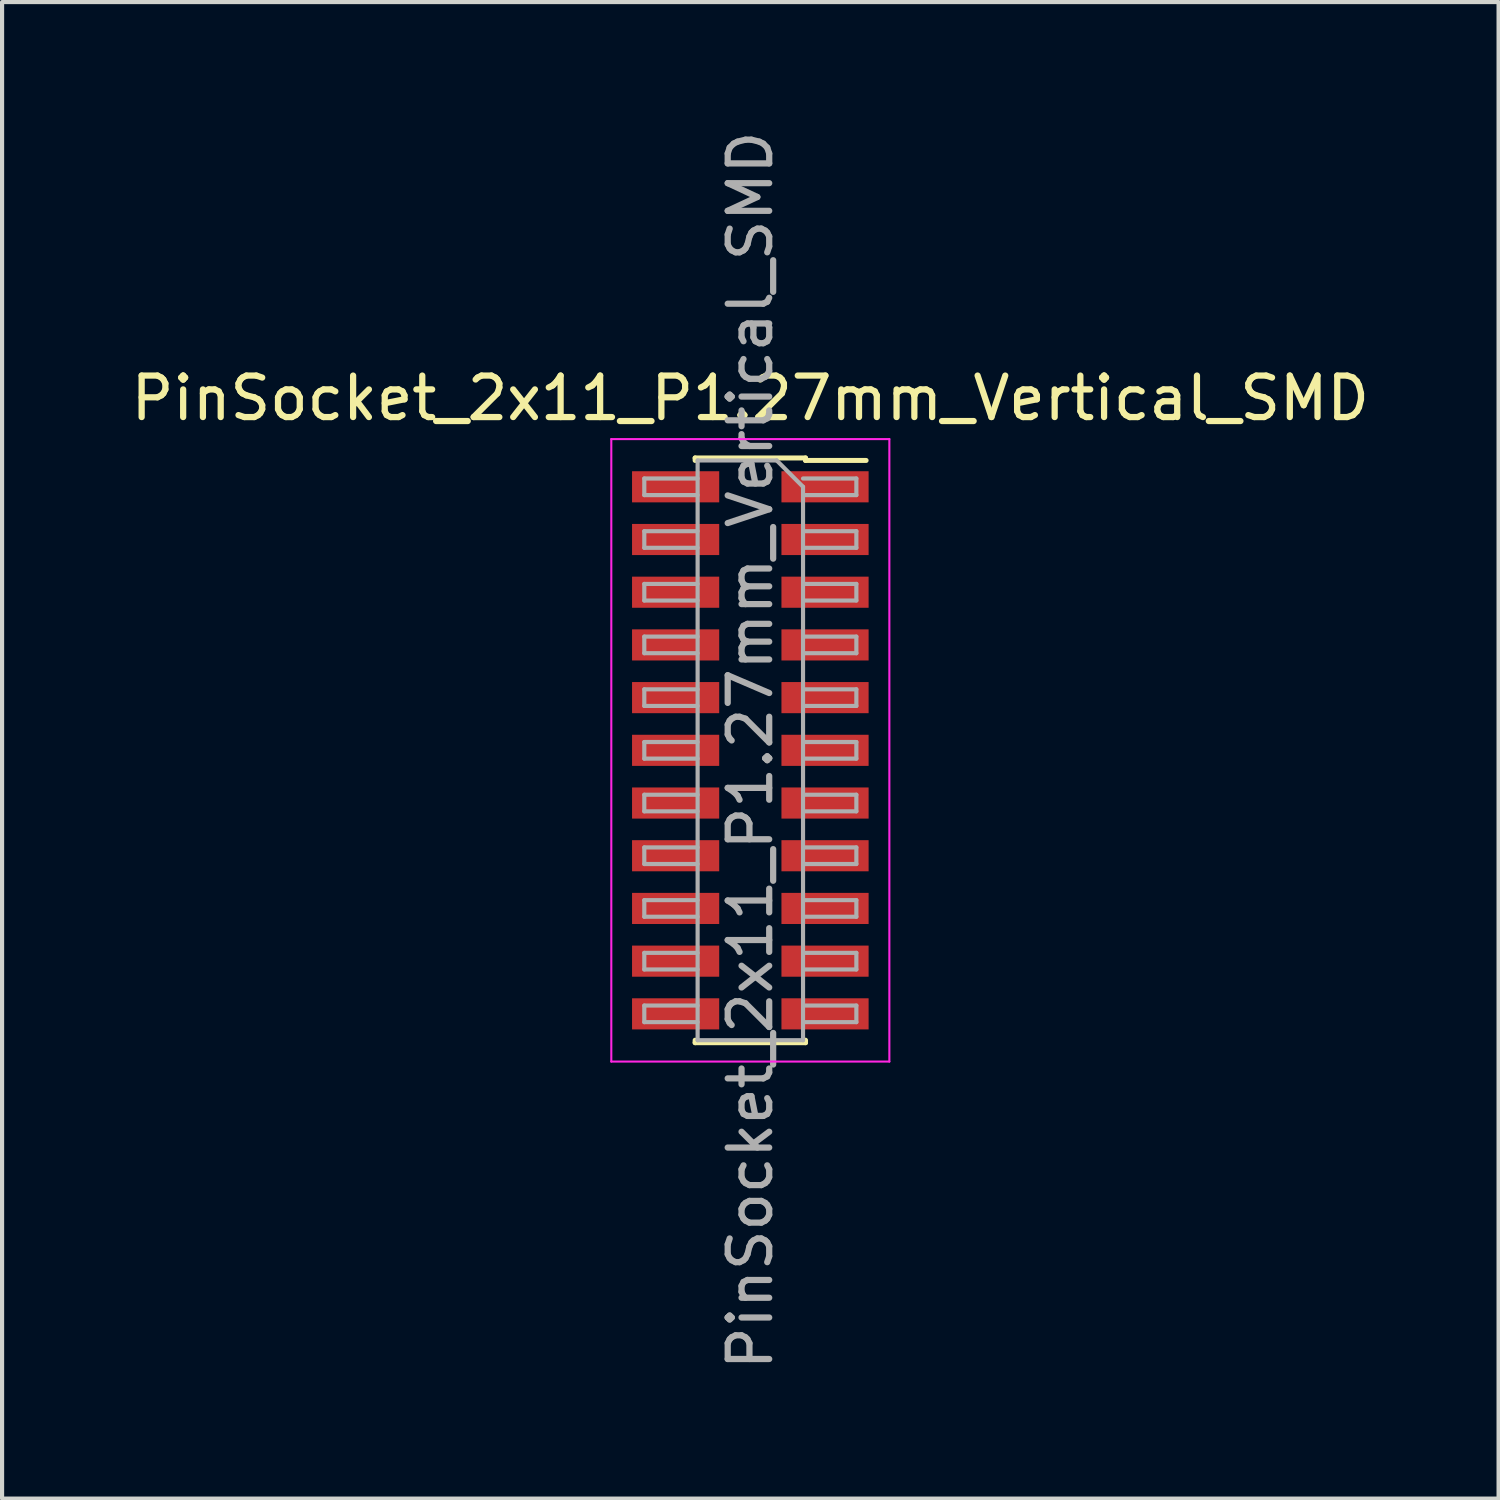
<source format=kicad_pcb>
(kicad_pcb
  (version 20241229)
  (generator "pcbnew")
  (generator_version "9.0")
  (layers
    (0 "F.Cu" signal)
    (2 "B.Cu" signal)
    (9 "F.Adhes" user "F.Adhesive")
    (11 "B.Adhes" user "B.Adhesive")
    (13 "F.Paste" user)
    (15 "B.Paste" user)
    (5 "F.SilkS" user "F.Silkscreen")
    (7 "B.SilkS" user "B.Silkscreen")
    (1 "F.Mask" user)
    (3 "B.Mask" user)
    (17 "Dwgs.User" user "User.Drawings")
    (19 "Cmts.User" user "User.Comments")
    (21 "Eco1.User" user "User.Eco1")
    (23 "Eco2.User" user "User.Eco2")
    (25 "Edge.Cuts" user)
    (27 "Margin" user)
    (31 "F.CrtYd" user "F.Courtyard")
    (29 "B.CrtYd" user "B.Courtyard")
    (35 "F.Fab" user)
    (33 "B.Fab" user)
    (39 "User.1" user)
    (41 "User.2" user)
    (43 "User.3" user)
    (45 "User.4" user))
  (footprint "PinSocket_2x11_P1.27mm_Vertical_SMD"
    (layer "F.Cu")
    (at 15.03 15.03)
    (property "Reference" "PinSocket_2x11_P1.27mm_Vertical_SMD" (at 0 -8.485 0) (layer "F.SilkS") (effects (font (size 1 1) (thickness 0.15))))
    (attr smd)
    (fp_line (start -1.33 -7.045) (end -1.33 -6.985) (stroke (width 0.12) (type solid)) (layer "F.SilkS"))
    (fp_line (start -1.33 -7.045) (end 1.33 -7.045) (stroke (width 0.12) (type solid)) (layer "F.SilkS"))
    (fp_line (start -1.33 6.985) (end -1.33 7.045) (stroke (width 0.12) (type solid)) (layer "F.SilkS"))
    (fp_line (start -1.33 7.045) (end 1.33 7.045) (stroke (width 0.12) (type solid)) (layer "F.SilkS"))
    (fp_line (start 1.33 -7.045) (end 1.33 -6.985) (stroke (width 0.12) (type solid)) (layer "F.SilkS"))
    (fp_line (start 1.33 -6.985) (end 2.79 -6.985) (stroke (width 0.12) (type solid)) (layer "F.SilkS"))
    (fp_line (start 1.33 6.985) (end 1.33 7.045) (stroke (width 0.12) (type solid)) (layer "F.SilkS"))
    (fp_line (start -3.35 -7.5) (end 3.35 -7.5) (stroke (width 0.05) (type solid)) (layer "F.CrtYd"))
    (fp_line (start -3.35 7.5) (end -3.35 -7.5) (stroke (width 0.05) (type solid)) (layer "F.CrtYd"))
    (fp_line (start 3.35 -7.5) (end 3.35 7.5) (stroke (width 0.05) (type solid)) (layer "F.CrtYd"))
    (fp_line (start 3.35 7.5) (end -3.35 7.5) (stroke (width 0.05) (type solid)) (layer "F.CrtYd"))
    (fp_line (start -2.555 -6.55) (end -1.27 -6.55) (stroke (width 0.1) (type solid)) (layer "F.Fab"))
    (fp_line (start -2.555 -6.15) (end -2.555 -6.55) (stroke (width 0.1) (type solid)) (layer "F.Fab"))
    (fp_line (start -2.555 -5.28) (end -1.27 -5.28) (stroke (width 0.1) (type solid)) (layer "F.Fab"))
    (fp_line (start -2.555 -4.88) (end -2.555 -5.28) (stroke (width 0.1) (type solid)) (layer "F.Fab"))
    (fp_line (start -2.555 -4.01) (end -1.27 -4.01) (stroke (width 0.1) (type solid)) (layer "F.Fab"))
    (fp_line (start -2.555 -3.61) (end -2.555 -4.01) (stroke (width 0.1) (type solid)) (layer "F.Fab"))
    (fp_line (start -2.555 -2.74) (end -1.27 -2.74) (stroke (width 0.1) (type solid)) (layer "F.Fab"))
    (fp_line (start -2.555 -2.34) (end -2.555 -2.74) (stroke (width 0.1) (type solid)) (layer "F.Fab"))
    (fp_line (start -2.555 -1.47) (end -1.27 -1.47) (stroke (width 0.1) (type solid)) (layer "F.Fab"))
    (fp_line (start -2.555 -1.07) (end -2.555 -1.47) (stroke (width 0.1) (type solid)) (layer "F.Fab"))
    (fp_line (start -2.555 -0.2) (end -1.27 -0.2) (stroke (width 0.1) (type solid)) (layer "F.Fab"))
    (fp_line (start -2.555 0.2) (end -2.555 -0.2) (stroke (width 0.1) (type solid)) (layer "F.Fab"))
    (fp_line (start -2.555 1.07) (end -1.27 1.07) (stroke (width 0.1) (type solid)) (layer "F.Fab"))
    (fp_line (start -2.555 1.47) (end -2.555 1.07) (stroke (width 0.1) (type solid)) (layer "F.Fab"))
    (fp_line (start -2.555 2.34) (end -1.27 2.34) (stroke (width 0.1) (type solid)) (layer "F.Fab"))
    (fp_line (start -2.555 2.74) (end -2.555 2.34) (stroke (width 0.1) (type solid)) (layer "F.Fab"))
    (fp_line (start -2.555 3.61) (end -1.27 3.61) (stroke (width 0.1) (type solid)) (layer "F.Fab"))
    (fp_line (start -2.555 4.01) (end -2.555 3.61) (stroke (width 0.1) (type solid)) (layer "F.Fab"))
    (fp_line (start -2.555 4.88) (end -1.27 4.88) (stroke (width 0.1) (type solid)) (layer "F.Fab"))
    (fp_line (start -2.555 5.28) (end -2.555 4.88) (stroke (width 0.1) (type solid)) (layer "F.Fab"))
    (fp_line (start -2.555 6.15) (end -1.27 6.15) (stroke (width 0.1) (type solid)) (layer "F.Fab"))
    (fp_line (start -2.555 6.55) (end -2.555 6.15) (stroke (width 0.1) (type solid)) (layer "F.Fab"))
    (fp_line (start -1.27 -6.985) (end 0.635 -6.985) (stroke (width 0.1) (type solid)) (layer "F.Fab"))
    (fp_line (start -1.27 -6.15) (end -2.555 -6.15) (stroke (width 0.1) (type solid)) (layer "F.Fab"))
    (fp_line (start -1.27 -4.88) (end -2.555 -4.88) (stroke (width 0.1) (type solid)) (layer "F.Fab"))
    (fp_line (start -1.27 -3.61) (end -2.555 -3.61) (stroke (width 0.1) (type solid)) (layer "F.Fab"))
    (fp_line (start -1.27 -2.34) (end -2.555 -2.34) (stroke (width 0.1) (type solid)) (layer "F.Fab"))
    (fp_line (start -1.27 -1.07) (end -2.555 -1.07) (stroke (width 0.1) (type solid)) (layer "F.Fab"))
    (fp_line (start -1.27 0.2) (end -2.555 0.2) (stroke (width 0.1) (type solid)) (layer "F.Fab"))
    (fp_line (start -1.27 1.47) (end -2.555 1.47) (stroke (width 0.1) (type solid)) (layer "F.Fab"))
    (fp_line (start -1.27 2.74) (end -2.555 2.74) (stroke (width 0.1) (type solid)) (layer "F.Fab"))
    (fp_line (start -1.27 4.01) (end -2.555 4.01) (stroke (width 0.1) (type solid)) (layer "F.Fab"))
    (fp_line (start -1.27 5.28) (end -2.555 5.28) (stroke (width 0.1) (type solid)) (layer "F.Fab"))
    (fp_line (start -1.27 6.55) (end -2.555 6.55) (stroke (width 0.1) (type solid)) (layer "F.Fab"))
    (fp_line (start -1.27 6.985) (end -1.27 -6.985) (stroke (width 0.1) (type solid)) (layer "F.Fab"))
    (fp_line (start 0.635 -6.985) (end 1.27 -6.35) (stroke (width 0.1) (type solid)) (layer "F.Fab"))
    (fp_line (start 1.27 -6.55) (end 2.555 -6.55) (stroke (width 0.1) (type solid)) (layer "F.Fab"))
    (fp_line (start 1.27 -6.35) (end 1.27 6.985) (stroke (width 0.1) (type solid)) (layer "F.Fab"))
    (fp_line (start 1.27 -5.28) (end 2.555 -5.28) (stroke (width 0.1) (type solid)) (layer "F.Fab"))
    (fp_line (start 1.27 -4.01) (end 2.555 -4.01) (stroke (width 0.1) (type solid)) (layer "F.Fab"))
    (fp_line (start 1.27 -2.74) (end 2.555 -2.74) (stroke (width 0.1) (type solid)) (layer "F.Fab"))
    (fp_line (start 1.27 -1.47) (end 2.555 -1.47) (stroke (width 0.1) (type solid)) (layer "F.Fab"))
    (fp_line (start 1.27 -0.2) (end 2.555 -0.2) (stroke (width 0.1) (type solid)) (layer "F.Fab"))
    (fp_line (start 1.27 1.07) (end 2.555 1.07) (stroke (width 0.1) (type solid)) (layer "F.Fab"))
    (fp_line (start 1.27 2.34) (end 2.555 2.34) (stroke (width 0.1) (type solid)) (layer "F.Fab"))
    (fp_line (start 1.27 3.61) (end 2.555 3.61) (stroke (width 0.1) (type solid)) (layer "F.Fab"))
    (fp_line (start 1.27 4.88) (end 2.555 4.88) (stroke (width 0.1) (type solid)) (layer "F.Fab"))
    (fp_line (start 1.27 6.15) (end 2.555 6.15) (stroke (width 0.1) (type solid)) (layer "F.Fab"))
    (fp_line (start 1.27 6.985) (end -1.27 6.985) (stroke (width 0.1) (type solid)) (layer "F.Fab"))
    (fp_line (start 2.555 -6.55) (end 2.555 -6.15) (stroke (width 0.1) (type solid)) (layer "F.Fab"))
    (fp_line (start 2.555 -6.15) (end 1.27 -6.15) (stroke (width 0.1) (type solid)) (layer "F.Fab"))
    (fp_line (start 2.555 -5.28) (end 2.555 -4.88) (stroke (width 0.1) (type solid)) (layer "F.Fab"))
    (fp_line (start 2.555 -4.88) (end 1.27 -4.88) (stroke (width 0.1) (type solid)) (layer "F.Fab"))
    (fp_line (start 2.555 -4.01) (end 2.555 -3.61) (stroke (width 0.1) (type solid)) (layer "F.Fab"))
    (fp_line (start 2.555 -3.61) (end 1.27 -3.61) (stroke (width 0.1) (type solid)) (layer "F.Fab"))
    (fp_line (start 2.555 -2.74) (end 2.555 -2.34) (stroke (width 0.1) (type solid)) (layer "F.Fab"))
    (fp_line (start 2.555 -2.34) (end 1.27 -2.34) (stroke (width 0.1) (type solid)) (layer "F.Fab"))
    (fp_line (start 2.555 -1.47) (end 2.555 -1.07) (stroke (width 0.1) (type solid)) (layer "F.Fab"))
    (fp_line (start 2.555 -1.07) (end 1.27 -1.07) (stroke (width 0.1) (type solid)) (layer "F.Fab"))
    (fp_line (start 2.555 -0.2) (end 2.555 0.2) (stroke (width 0.1) (type solid)) (layer "F.Fab"))
    (fp_line (start 2.555 0.2) (end 1.27 0.2) (stroke (width 0.1) (type solid)) (layer "F.Fab"))
    (fp_line (start 2.555 1.07) (end 2.555 1.47) (stroke (width 0.1) (type solid)) (layer "F.Fab"))
    (fp_line (start 2.555 1.47) (end 1.27 1.47) (stroke (width 0.1) (type solid)) (layer "F.Fab"))
    (fp_line (start 2.555 2.34) (end 2.555 2.74) (stroke (width 0.1) (type solid)) (layer "F.Fab"))
    (fp_line (start 2.555 2.74) (end 1.27 2.74) (stroke (width 0.1) (type solid)) (layer "F.Fab"))
    (fp_line (start 2.555 3.61) (end 2.555 4.01) (stroke (width 0.1) (type solid)) (layer "F.Fab"))
    (fp_line (start 2.555 4.01) (end 1.27 4.01) (stroke (width 0.1) (type solid)) (layer "F.Fab"))
    (fp_line (start 2.555 4.88) (end 2.555 5.28) (stroke (width 0.1) (type solid)) (layer "F.Fab"))
    (fp_line (start 2.555 5.28) (end 1.27 5.28) (stroke (width 0.1) (type solid)) (layer "F.Fab"))
    (fp_line (start 2.555 6.15) (end 2.555 6.55) (stroke (width 0.1) (type solid)) (layer "F.Fab"))
    (fp_line (start 2.555 6.55) (end 1.27 6.55) (stroke (width 0.1) (type solid)) (layer "F.Fab"))
    (fp_text user "${REFERENCE}" (at 0 0 90) (layer "F.Fab") (effects (font (size 1 1) (thickness 0.15))))
    (pad "1" smd rect (at 1.8 -6.35) (size 2.1 0.75) (layers "F.Cu" "F.Mask" "F.Paste"))
    (pad "2" smd rect (at -1.8 -6.35) (size 2.1 0.75) (layers "F.Cu" "F.Mask" "F.Paste"))
    (pad "3" smd rect (at 1.8 -5.08) (size 2.1 0.75) (layers "F.Cu" "F.Mask" "F.Paste"))
    (pad "4" smd rect (at -1.8 -5.08) (size 2.1 0.75) (layers "F.Cu" "F.Mask" "F.Paste"))
    (pad "5" smd rect (at 1.8 -3.81) (size 2.1 0.75) (layers "F.Cu" "F.Mask" "F.Paste"))
    (pad "6" smd rect (at -1.8 -3.81) (size 2.1 0.75) (layers "F.Cu" "F.Mask" "F.Paste"))
    (pad "7" smd rect (at 1.8 -2.54) (size 2.1 0.75) (layers "F.Cu" "F.Mask" "F.Paste"))
    (pad "8" smd rect (at -1.8 -2.54) (size 2.1 0.75) (layers "F.Cu" "F.Mask" "F.Paste"))
    (pad "9" smd rect (at 1.8 -1.27) (size 2.1 0.75) (layers "F.Cu" "F.Mask" "F.Paste"))
    (pad "10" smd rect (at -1.8 -1.27) (size 2.1 0.75) (layers "F.Cu" "F.Mask" "F.Paste"))
    (pad "11" smd rect (at 1.8 0) (size 2.1 0.75) (layers "F.Cu" "F.Mask" "F.Paste"))
    (pad "12" smd rect (at -1.8 0) (size 2.1 0.75) (layers "F.Cu" "F.Mask" "F.Paste"))
    (pad "13" smd rect (at 1.8 1.27) (size 2.1 0.75) (layers "F.Cu" "F.Mask" "F.Paste"))
    (pad "14" smd rect (at -1.8 1.27) (size 2.1 0.75) (layers "F.Cu" "F.Mask" "F.Paste"))
    (pad "15" smd rect (at 1.8 2.54) (size 2.1 0.75) (layers "F.Cu" "F.Mask" "F.Paste"))
    (pad "16" smd rect (at -1.8 2.54) (size 2.1 0.75) (layers "F.Cu" "F.Mask" "F.Paste"))
    (pad "17" smd rect (at 1.8 3.81) (size 2.1 0.75) (layers "F.Cu" "F.Mask" "F.Paste"))
    (pad "18" smd rect (at -1.8 3.81) (size 2.1 0.75) (layers "F.Cu" "F.Mask" "F.Paste"))
    (pad "19" smd rect (at 1.8 5.08) (size 2.1 0.75) (layers "F.Cu" "F.Mask" "F.Paste"))
    (pad "20" smd rect (at -1.8 5.08) (size 2.1 0.75) (layers "F.Cu" "F.Mask" "F.Paste"))
    (pad "21" smd rect (at 1.8 6.35) (size 2.1 0.75) (layers "F.Cu" "F.Mask" "F.Paste"))
    (pad "22" smd rect (at -1.8 6.35) (size 2.1 0.75) (layers "F.Cu" "F.Mask" "F.Paste")))
  (gr_rect
    (start -3 -3)
    (end 33.06 33.06)
    (stroke (width 0.1) (type default))
    (fill no)
    (layer "Edge.Cuts")))
</source>
